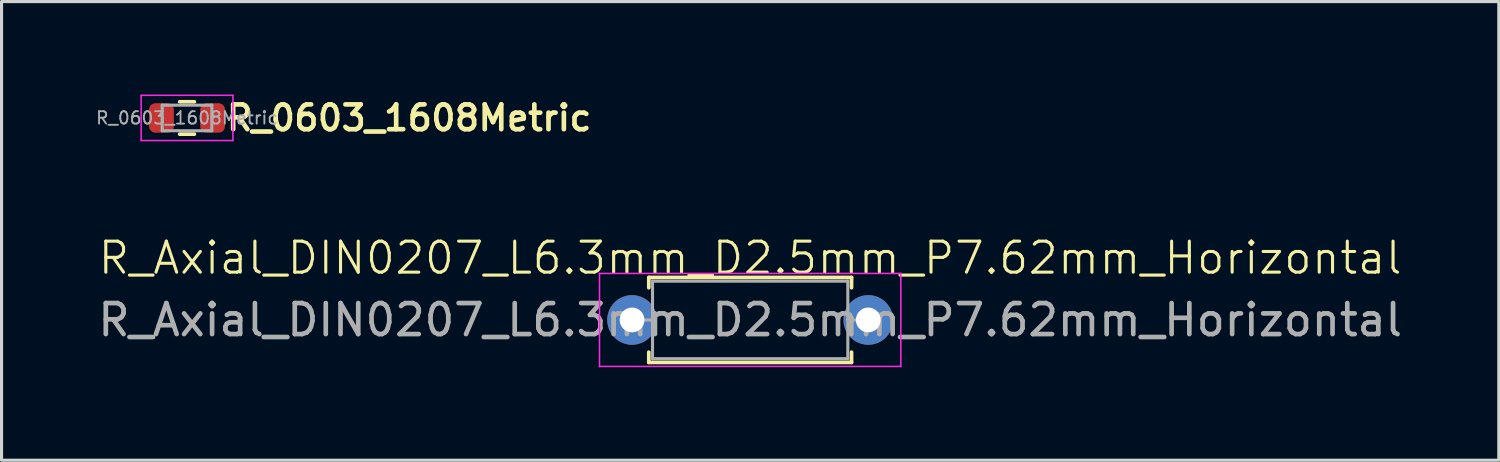
<source format=kicad_pcb>
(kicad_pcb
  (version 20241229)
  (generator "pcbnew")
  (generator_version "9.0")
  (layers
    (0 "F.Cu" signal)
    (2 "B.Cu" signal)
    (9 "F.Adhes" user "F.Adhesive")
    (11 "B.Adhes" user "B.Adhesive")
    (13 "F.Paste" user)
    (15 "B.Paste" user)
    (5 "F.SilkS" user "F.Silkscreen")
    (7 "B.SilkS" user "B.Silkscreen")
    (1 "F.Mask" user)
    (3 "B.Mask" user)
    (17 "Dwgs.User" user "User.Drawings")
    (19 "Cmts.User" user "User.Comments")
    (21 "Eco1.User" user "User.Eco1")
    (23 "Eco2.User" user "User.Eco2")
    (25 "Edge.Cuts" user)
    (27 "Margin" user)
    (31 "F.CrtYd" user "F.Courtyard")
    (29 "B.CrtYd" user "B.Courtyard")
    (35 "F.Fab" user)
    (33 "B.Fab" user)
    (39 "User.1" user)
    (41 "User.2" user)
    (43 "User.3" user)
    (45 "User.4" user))
  (footprint "R_Axial_DIN0207_L6.3mm_D2.5mm_P7.62mm_Horizontal"
    (layer "F.Cu")
    (at 21.149 7.271)
    (property "Reference" "R_Axial_DIN0207_L6.3mm_D2.5mm_P7.62mm_Horizontal" (at 0 -2 0) (layer "F.SilkS") (effects (font (size 1 1) (thickness 0.1) (bold yes))))
    (property "Value" "R_Axial_DIN0207_L6.3mm_D2.5mm_P7.62mm_Horizontal" (at 0 2.37 0) (layer "F.Fab") (hide yes) (effects (font (size 1 1) (thickness 0.15))))
    (attr through_hole)
    (fp_line (start -3.27 -1.37) (end 3.27 -1.37) (stroke (width 0.12) (type solid)) (layer "F.SilkS"))
    (fp_line (start -3.27 -1.04) (end -3.27 -1.37) (stroke (width 0.12) (type solid)) (layer "F.SilkS"))
    (fp_line (start -3.27 1.04) (end -3.27 1.37) (stroke (width 0.12) (type solid)) (layer "F.SilkS"))
    (fp_line (start -3.27 1.37) (end 3.27 1.37) (stroke (width 0.12) (type solid)) (layer "F.SilkS"))
    (fp_line (start 3.27 -1.37) (end 3.27 -1.04) (stroke (width 0.12) (type solid)) (layer "F.SilkS"))
    (fp_line (start 3.27 1.37) (end 3.27 1.04) (stroke (width 0.12) (type solid)) (layer "F.SilkS"))
    (fp_line (start -4.86 -1.5) (end -4.86 1.5) (stroke (width 0.05) (type solid)) (layer "F.CrtYd"))
    (fp_line (start -4.86 1.5) (end 4.86 1.5) (stroke (width 0.05) (type solid)) (layer "F.CrtYd"))
    (fp_line (start 4.86 -1.5) (end -4.86 -1.5) (stroke (width 0.05) (type solid)) (layer "F.CrtYd"))
    (fp_line (start 4.86 1.5) (end 4.86 -1.5) (stroke (width 0.05) (type solid)) (layer "F.CrtYd"))
    (fp_line (start -3.81 0) (end -3.15 0) (stroke (width 0.1) (type solid)) (layer "F.Fab"))
    (fp_line (start -3.15 -1.25) (end -3.15 1.25) (stroke (width 0.1) (type solid)) (layer "F.Fab"))
    (fp_line (start -3.15 1.25) (end 3.15 1.25) (stroke (width 0.1) (type solid)) (layer "F.Fab"))
    (fp_line (start 3.15 -1.25) (end -3.15 -1.25) (stroke (width 0.1) (type solid)) (layer "F.Fab"))
    (fp_line (start 3.15 1.25) (end 3.15 -1.25) (stroke (width 0.1) (type solid)) (layer "F.Fab"))
    (fp_line (start 3.81 0) (end 3.15 0) (stroke (width 0.1) (type solid)) (layer "F.Fab"))
    (fp_text user "${VALUE}" (at 0 0 0) (unlocked yes) (layer "F.SilkS") (effects (font (size 1 1) (thickness 0.1) (bold yes))))
    (fp_text user "${REFERENCE}" (at 0 0 0) (layer "F.Fab") (effects (font (size 1 1) (thickness 0.15))))
    (pad "1" thru_hole circle (at -3.81 0) (size 1.6 1.6) (drill 0.8) (layers "*.Cu" "*.Mask"))
    (pad "2" thru_hole oval (at 3.81 0) (size 1.6 1.6) (drill 0.8) (layers "*.Cu" "*.Mask")))
  (footprint "R_0603_1608Metric"
    (layer "F.Cu")
    (at 2.983 0.755)
    (property "Reference" "R_0603_1608Metric" (at 1.2 0 0) (layer "F.SilkS") (effects (font (size 0.8 0.8) (thickness 0.15)) (justify left)))
    (attr smd)
    (fp_line (start -0.237 -0.522) (end 0.237 -0.522) (stroke (width 0.12) (type solid)) (layer "F.SilkS"))
    (fp_line (start -0.237 0.522) (end 0.237 0.522) (stroke (width 0.12) (type solid)) (layer "F.SilkS"))
    (fp_line (start -1.48 -0.73) (end 1.48 -0.73) (stroke (width 0.05) (type solid)) (layer "F.CrtYd"))
    (fp_line (start -1.48 0.73) (end -1.48 -0.73) (stroke (width 0.05) (type solid)) (layer "F.CrtYd"))
    (fp_line (start 1.48 -0.73) (end 1.48 0.73) (stroke (width 0.05) (type solid)) (layer "F.CrtYd"))
    (fp_line (start 1.48 0.73) (end -1.48 0.73) (stroke (width 0.05) (type solid)) (layer "F.CrtYd"))
    (fp_line (start -0.8 -0.412) (end 0.8 -0.412) (stroke (width 0.1) (type solid)) (layer "F.Fab"))
    (fp_line (start -0.8 0.412) (end -0.8 -0.412) (stroke (width 0.1) (type solid)) (layer "F.Fab"))
    (fp_line (start 0.8 -0.412) (end 0.8 0.412) (stroke (width 0.1) (type solid)) (layer "F.Fab"))
    (fp_line (start 0.8 0.412) (end -0.8 0.412) (stroke (width 0.1) (type solid)) (layer "F.Fab"))
    (fp_text user "${REFERENCE}" (at 0 0 0) (layer "F.Fab") (effects (font (size 0.4 0.4) (thickness 0.06))))
    (pad "1" smd roundrect (at -0.825 0) (size 0.8 0.95) (layers "F.Cu" "F.Mask" "F.Paste") (roundrect_rratio 0.25))
    (pad "2" smd roundrect (at 0.825 0) (size 0.8 0.95) (layers "F.Cu" "F.Mask" "F.Paste") (roundrect_rratio 0.25)))
  (gr_rect
    (start -3 -3)
    (end 45.298 11.796)
    (stroke (width 0.1) (type default))
    (fill no)
    (layer "Edge.Cuts")))
</source>
